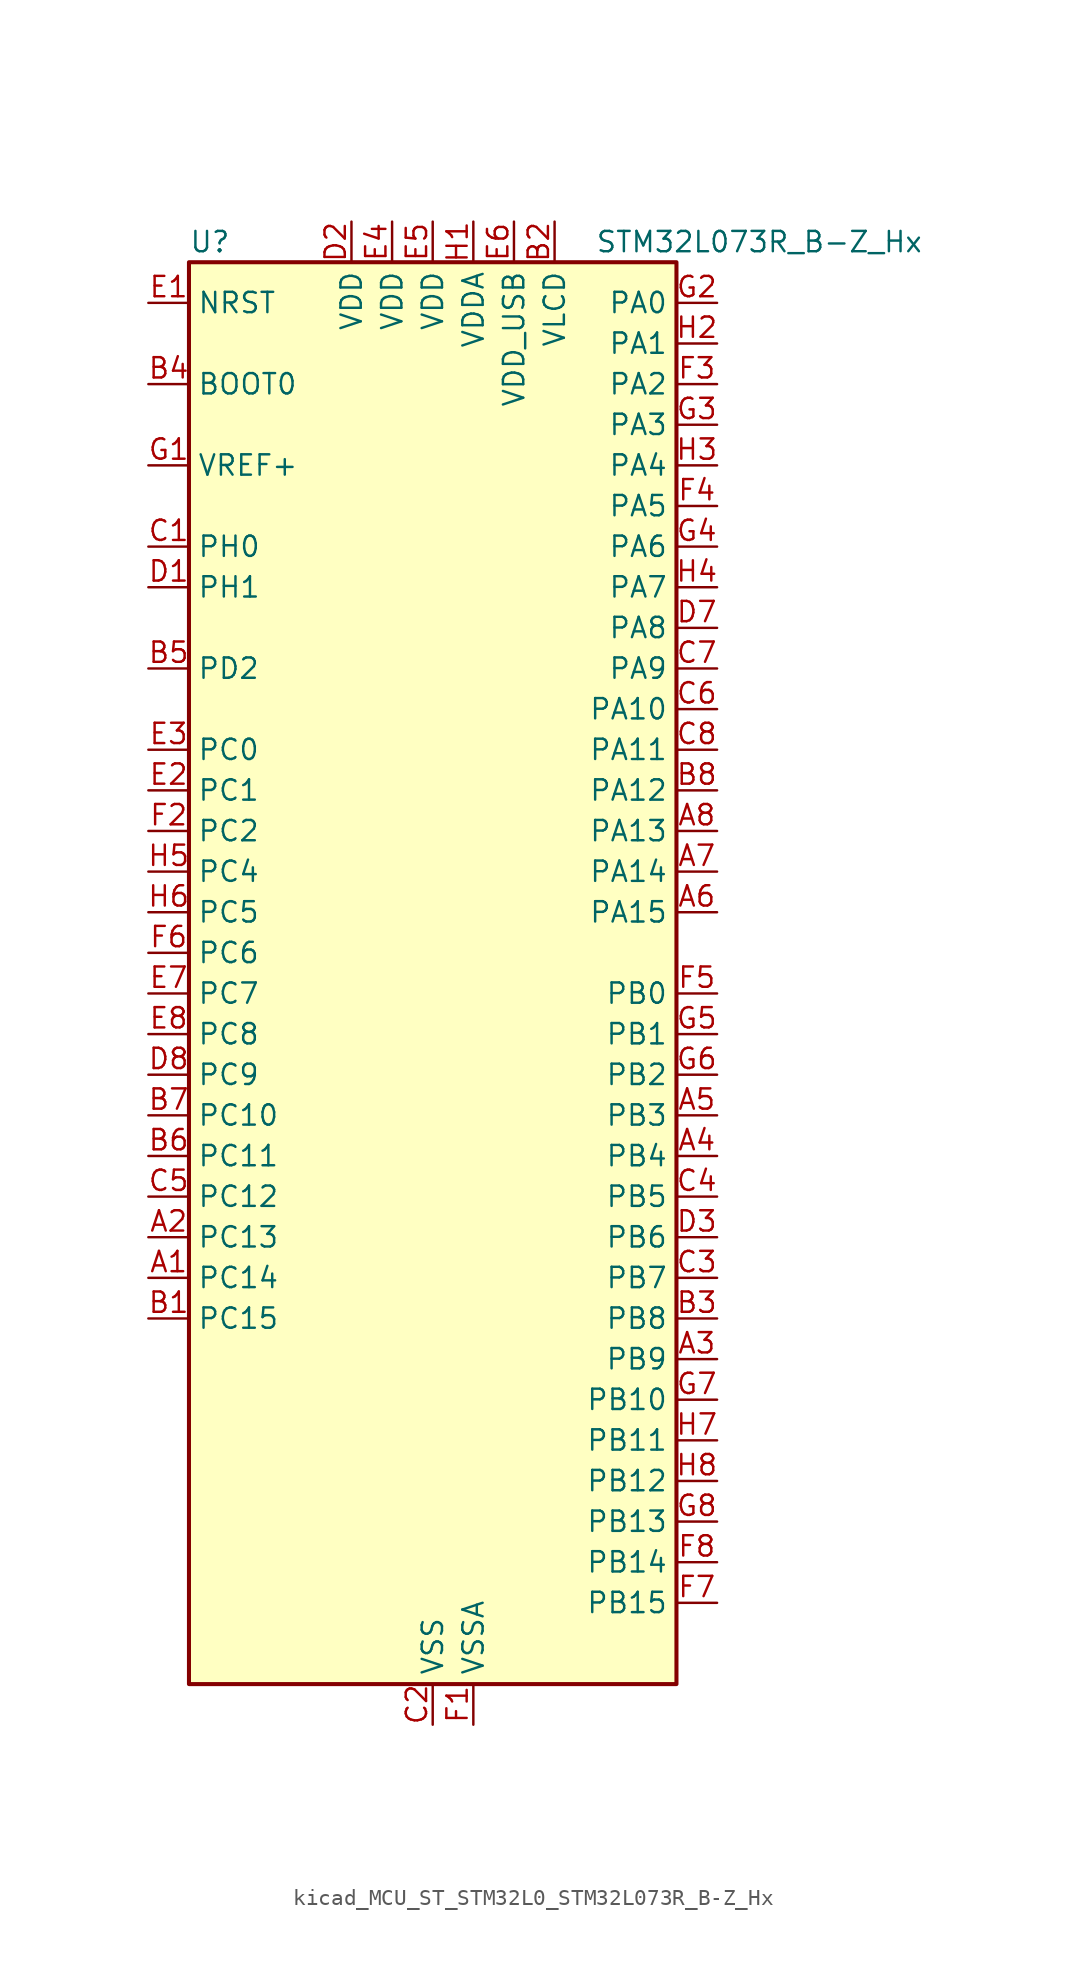
<source format=kicad_sym>
(kicad_symbol_lib
  (version 20220914)
  (generator kicad_symbol_editor)
  (symbol "kicad_MCU_ST_STM32L0_STM32L073R_B-Z_Hx"
    (property "Reference" "U"
      (at -15.24 46.99 0)
      (effects (font (size 1.27 1.27)) (justify left)))
    (property "Value" "STM32L073R_B-Z_Hx"
      (at 10.16 46.99 0)
      (effects (font (size 1.27 1.27)) (justify left)))
    (property "ki_locked" ""
      (at 0 0 0)
      (effects (font (size 1.27 1.27))))
    (symbol "kicad_MCU_ST_STM32L0_STM32L073R_B-Z_Hx_0_1"
      (rectangle (start -15.24 -43.18) (end 15.24 45.72) (stroke (width 0.254) (type default)) (fill (type background))))
    (symbol "kicad_MCU_ST_STM32L0_STM32L073R_B-Z_Hx_1_1"
      (pin bidirectional line (at -17.78 -17.78 0) (length 2.54) (name "PC14" (effects (font (size 1.27 1.27)))) (number "A1" (effects (font (size 1.27 1.27)))) (alternate "RCC_OSC32_IN" bidirectional line))
      (pin bidirectional line (at -17.78 -15.24 0) (length 2.54) (name "PC13" (effects (font (size 1.27 1.27)))) (number "A2" (effects (font (size 1.27 1.27)))) (alternate "RTC_OUT_ALARM" bidirectional line) (alternate "RTC_OUT_CALIB" bidirectional line) (alternate "RTC_TAMP1" bidirectional line) (alternate "RTC_TS" bidirectional line) (alternate "SYS_WKUP2" bidirectional line))
      (pin bidirectional line (at 17.78 -22.86 180) (length 2.54) (name "PB9" (effects (font (size 1.27 1.27)))) (number "A3" (effects (font (size 1.27 1.27)))) (alternate "DAC_EXTI9" bidirectional line) (alternate "I2C1_SDA" bidirectional line) (alternate "I2S2_WS" bidirectional line) (alternate "LCD_COM3" bidirectional line) (alternate "SPI2_NSS" bidirectional line))
      (pin bidirectional line (at 17.78 -10.16 180) (length 2.54) (name "PB4" (effects (font (size 1.27 1.27)))) (number "A4" (effects (font (size 1.27 1.27)))) (alternate "COMP2_INP" bidirectional line) (alternate "I2C3_SDA" bidirectional line) (alternate "LCD_SEG8" bidirectional line) (alternate "SPI1_MISO" bidirectional line) (alternate "TIM22_CH1" bidirectional line) (alternate "TIM3_CH1" bidirectional line) (alternate "TSC_G5_IO2" bidirectional line) (alternate "USART1_CTS" bidirectional line) (alternate "USART5_RX" bidirectional line))
      (pin bidirectional line (at 17.78 -7.62 180) (length 2.54) (name "PB3" (effects (font (size 1.27 1.27)))) (number "A5" (effects (font (size 1.27 1.27)))) (alternate "COMP2_INM" bidirectional line) (alternate "LCD_SEG7" bidirectional line) (alternate "SPI1_SCK" bidirectional line) (alternate "TIM2_CH2" bidirectional line) (alternate "TSC_G5_IO1" bidirectional line) (alternate "USART1_DE" bidirectional line) (alternate "USART1_RTS" bidirectional line) (alternate "USART5_TX" bidirectional line))
      (pin bidirectional line (at 17.78 5.08 180) (length 2.54) (name "PA15" (effects (font (size 1.27 1.27)))) (number "A6" (effects (font (size 1.27 1.27)))) (alternate "LCD_SEG17" bidirectional line) (alternate "SPI1_NSS" bidirectional line) (alternate "TIM2_CH1" bidirectional line) (alternate "TIM2_ETR" bidirectional line) (alternate "USART2_RX" bidirectional line) (alternate "USART4_DE" bidirectional line) (alternate "USART4_RTS" bidirectional line))
      (pin bidirectional line (at 17.78 7.62 180) (length 2.54) (name "PA14" (effects (font (size 1.27 1.27)))) (number "A7" (effects (font (size 1.27 1.27)))) (alternate "LPUART1_TX" bidirectional line) (alternate "SYS_SWCLK" bidirectional line) (alternate "USART2_TX" bidirectional line))
      (pin bidirectional line (at 17.78 10.16 180) (length 2.54) (name "PA13" (effects (font (size 1.27 1.27)))) (number "A8" (effects (font (size 1.27 1.27)))) (alternate "LPUART1_RX" bidirectional line) (alternate "SYS_SWDIO" bidirectional line) (alternate "USB_NOE" bidirectional line))
      (pin bidirectional line (at -17.78 -20.32 0) (length 2.54) (name "PC15" (effects (font (size 1.27 1.27)))) (number "B1" (effects (font (size 1.27 1.27)))) (alternate "RCC_OSC32_OUT" bidirectional line))
      (pin power_in line (at 7.62 48.26 270) (length 2.54) (name "VLCD" (effects (font (size 1.27 1.27)))) (number "B2" (effects (font (size 1.27 1.27)))))
      (pin bidirectional line (at 17.78 -20.32 180) (length 2.54) (name "PB8" (effects (font (size 1.27 1.27)))) (number "B3" (effects (font (size 1.27 1.27)))) (alternate "I2C1_SCL" bidirectional line) (alternate "LCD_SEG16" bidirectional line) (alternate "TSC_SYNC" bidirectional line))
      (pin input line (at -17.78 38.1 0) (length 2.54) (name "BOOT0" (effects (font (size 1.27 1.27)))) (number "B4" (effects (font (size 1.27 1.27)))))
      (pin bidirectional line (at -17.78 20.32 0) (length 2.54) (name "PD2" (effects (font (size 1.27 1.27)))) (number "B5" (effects (font (size 1.27 1.27)))) (alternate "LCD_COM7" bidirectional line) (alternate "LCD_SEG31" bidirectional line) (alternate "LPUART1_DE" bidirectional line) (alternate "LPUART1_RTS" bidirectional line) (alternate "TIM3_ETR" bidirectional line) (alternate "USART5_RX" bidirectional line))
      (pin bidirectional line (at -17.78 -10.16 0) (length 2.54) (name "PC11" (effects (font (size 1.27 1.27)))) (number "B6" (effects (font (size 1.27 1.27)))) (alternate "ADC_EXTI11" bidirectional line) (alternate "LCD_COM5" bidirectional line) (alternate "LCD_SEG29" bidirectional line) (alternate "LPUART1_RX" bidirectional line) (alternate "USART4_RX" bidirectional line))
      (pin bidirectional line (at -17.78 -7.62 0) (length 2.54) (name "PC10" (effects (font (size 1.27 1.27)))) (number "B7" (effects (font (size 1.27 1.27)))) (alternate "LCD_COM4" bidirectional line) (alternate "LCD_SEG28" bidirectional line) (alternate "LPUART1_TX" bidirectional line) (alternate "USART4_TX" bidirectional line))
      (pin bidirectional line (at 17.78 12.7 180) (length 2.54) (name "PA12" (effects (font (size 1.27 1.27)))) (number "B8" (effects (font (size 1.27 1.27)))) (alternate "COMP2_OUT" bidirectional line) (alternate "SPI1_MOSI" bidirectional line) (alternate "TSC_G4_IO4" bidirectional line) (alternate "USART1_DE" bidirectional line) (alternate "USART1_RTS" bidirectional line) (alternate "USB_DP" bidirectional line))
      (pin bidirectional line (at -17.78 27.94 0) (length 2.54) (name "PH0" (effects (font (size 1.27 1.27)))) (number "C1" (effects (font (size 1.27 1.27)))) (alternate "CRS_SYNC" bidirectional line) (alternate "RCC_OSC_IN" bidirectional line))
      (pin power_in line (at 0 -45.72 90) (length 2.54) (name "VSS" (effects (font (size 1.27 1.27)))) (number "C2" (effects (font (size 1.27 1.27)))))
      (pin bidirectional line (at 17.78 -17.78 180) (length 2.54) (name "PB7" (effects (font (size 1.27 1.27)))) (number "C3" (effects (font (size 1.27 1.27)))) (alternate "COMP2_INP" bidirectional line) (alternate "I2C1_SDA" bidirectional line) (alternate "LPTIM1_IN2" bidirectional line) (alternate "SYS_PVD_IN" bidirectional line) (alternate "TSC_G5_IO4" bidirectional line) (alternate "USART1_RX" bidirectional line) (alternate "USART4_CTS" bidirectional line))
      (pin bidirectional line (at 17.78 -12.7 180) (length 2.54) (name "PB5" (effects (font (size 1.27 1.27)))) (number "C4" (effects (font (size 1.27 1.27)))) (alternate "COMP2_INP" bidirectional line) (alternate "I2C1_SMBA" bidirectional line) (alternate "LCD_SEG9" bidirectional line) (alternate "LPTIM1_IN1" bidirectional line) (alternate "SPI1_MOSI" bidirectional line) (alternate "TIM22_CH2" bidirectional line) (alternate "TIM3_CH2" bidirectional line) (alternate "USART1_CK" bidirectional line) (alternate "USART5_CK" bidirectional line) (alternate "USART5_DE" bidirectional line) (alternate "USART5_RTS" bidirectional line))
      (pin bidirectional line (at -17.78 -12.7 0) (length 2.54) (name "PC12" (effects (font (size 1.27 1.27)))) (number "C5" (effects (font (size 1.27 1.27)))) (alternate "LCD_COM6" bidirectional line) (alternate "LCD_SEG30" bidirectional line) (alternate "USART4_CK" bidirectional line) (alternate "USART5_TX" bidirectional line))
      (pin bidirectional line (at 17.78 17.78 180) (length 2.54) (name "PA10" (effects (font (size 1.27 1.27)))) (number "C6" (effects (font (size 1.27 1.27)))) (alternate "I2C1_SDA" bidirectional line) (alternate "LCD_COM2" bidirectional line) (alternate "TSC_G4_IO2" bidirectional line) (alternate "USART1_RX" bidirectional line))
      (pin bidirectional line (at 17.78 20.32 180) (length 2.54) (name "PA9" (effects (font (size 1.27 1.27)))) (number "C7" (effects (font (size 1.27 1.27)))) (alternate "DAC_EXTI9" bidirectional line) (alternate "I2C1_SCL" bidirectional line) (alternate "I2C3_SMBA" bidirectional line) (alternate "LCD_COM1" bidirectional line) (alternate "RCC_MCO" bidirectional line) (alternate "TSC_G4_IO1" bidirectional line) (alternate "USART1_TX" bidirectional line))
      (pin bidirectional line (at 17.78 15.24 180) (length 2.54) (name "PA11" (effects (font (size 1.27 1.27)))) (number "C8" (effects (font (size 1.27 1.27)))) (alternate "ADC_EXTI11" bidirectional line) (alternate "COMP1_OUT" bidirectional line) (alternate "SPI1_MISO" bidirectional line) (alternate "TSC_G4_IO3" bidirectional line) (alternate "USART1_CTS" bidirectional line) (alternate "USB_DM" bidirectional line))
      (pin bidirectional line (at -17.78 25.4 0) (length 2.54) (name "PH1" (effects (font (size 1.27 1.27)))) (number "D1" (effects (font (size 1.27 1.27)))) (alternate "RCC_OSC_OUT" bidirectional line))
      (pin power_in line (at -5.08 48.26 270) (length 2.54) (name "VDD" (effects (font (size 1.27 1.27)))) (number "D2" (effects (font (size 1.27 1.27)))))
      (pin bidirectional line (at 17.78 -15.24 180) (length 2.54) (name "PB6" (effects (font (size 1.27 1.27)))) (number "D3" (effects (font (size 1.27 1.27)))) (alternate "COMP2_INP" bidirectional line) (alternate "I2C1_SCL" bidirectional line) (alternate "LPTIM1_ETR" bidirectional line) (alternate "TSC_G5_IO3" bidirectional line) (alternate "USART1_TX" bidirectional line))
      (pin passive line (at 0 -45.72 90) (length 2.54) hide (name "VSS" (effects (font (size 1.27 1.27)))) (number "D4" (effects (font (size 1.27 1.27)))))
      (pin passive line (at 0 -45.72 90) (length 2.54) hide (name "VSS" (effects (font (size 1.27 1.27)))) (number "D5" (effects (font (size 1.27 1.27)))))
      (pin passive line (at 0 -45.72 90) (length 2.54) hide (name "VSS" (effects (font (size 1.27 1.27)))) (number "D6" (effects (font (size 1.27 1.27)))))
      (pin bidirectional line (at 17.78 22.86 180) (length 2.54) (name "PA8" (effects (font (size 1.27 1.27)))) (number "D7" (effects (font (size 1.27 1.27)))) (alternate "CRS_SYNC" bidirectional line) (alternate "I2C3_SCL" bidirectional line) (alternate "LCD_COM0" bidirectional line) (alternate "RCC_MCO" bidirectional line) (alternate "USART1_CK" bidirectional line))
      (pin bidirectional line (at -17.78 -5.08 0) (length 2.54) (name "PC9" (effects (font (size 1.27 1.27)))) (number "D8" (effects (font (size 1.27 1.27)))) (alternate "DAC_EXTI9" bidirectional line) (alternate "I2C3_SDA" bidirectional line) (alternate "LCD_SEG27" bidirectional line) (alternate "TIM21_ETR" bidirectional line) (alternate "TIM3_CH4" bidirectional line) (alternate "TSC_G8_IO4" bidirectional line) (alternate "USB_NOE" bidirectional line))
      (pin input line (at -17.78 43.18 0) (length 2.54) (name "NRST" (effects (font (size 1.27 1.27)))) (number "E1" (effects (font (size 1.27 1.27)))))
      (pin bidirectional line (at -17.78 12.7 0) (length 2.54) (name "PC1" (effects (font (size 1.27 1.27)))) (number "E2" (effects (font (size 1.27 1.27)))) (alternate "ADC_IN11" bidirectional line) (alternate "I2C3_SDA" bidirectional line) (alternate "LCD_SEG19" bidirectional line) (alternate "LPTIM1_OUT" bidirectional line) (alternate "LPUART1_TX" bidirectional line) (alternate "TSC_G7_IO2" bidirectional line))
      (pin bidirectional line (at -17.78 15.24 0) (length 2.54) (name "PC0" (effects (font (size 1.27 1.27)))) (number "E3" (effects (font (size 1.27 1.27)))) (alternate "ADC_IN10" bidirectional line) (alternate "I2C3_SCL" bidirectional line) (alternate "LCD_SEG18" bidirectional line) (alternate "LPTIM1_IN1" bidirectional line) (alternate "LPUART1_RX" bidirectional line) (alternate "TSC_G7_IO1" bidirectional line))
      (pin power_in line (at -2.54 48.26 270) (length 2.54) (name "VDD" (effects (font (size 1.27 1.27)))) (number "E4" (effects (font (size 1.27 1.27)))))
      (pin power_in line (at 0 48.26 270) (length 2.54) (name "VDD" (effects (font (size 1.27 1.27)))) (number "E5" (effects (font (size 1.27 1.27)))))
      (pin power_in line (at 5.08 48.26 270) (length 2.54) (name "VDD_USB" (effects (font (size 1.27 1.27)))) (number "E6" (effects (font (size 1.27 1.27)))))
      (pin bidirectional line (at -17.78 0 0) (length 2.54) (name "PC7" (effects (font (size 1.27 1.27)))) (number "E7" (effects (font (size 1.27 1.27)))) (alternate "LCD_SEG25" bidirectional line) (alternate "TIM22_CH2" bidirectional line) (alternate "TIM3_CH2" bidirectional line) (alternate "TSC_G8_IO2" bidirectional line))
      (pin bidirectional line (at -17.78 -2.54 0) (length 2.54) (name "PC8" (effects (font (size 1.27 1.27)))) (number "E8" (effects (font (size 1.27 1.27)))) (alternate "LCD_SEG26" bidirectional line) (alternate "TIM22_ETR" bidirectional line) (alternate "TIM3_CH3" bidirectional line) (alternate "TSC_G8_IO3" bidirectional line))
      (pin power_in line (at 2.54 -45.72 90) (length 2.54) (name "VSSA" (effects (font (size 1.27 1.27)))) (number "F1" (effects (font (size 1.27 1.27)))))
      (pin bidirectional line (at -17.78 10.16 0) (length 2.54) (name "PC2" (effects (font (size 1.27 1.27)))) (number "F2" (effects (font (size 1.27 1.27)))) (alternate "ADC_IN12" bidirectional line) (alternate "I2S2_MCK" bidirectional line) (alternate "LCD_SEG20" bidirectional line) (alternate "LPTIM1_IN2" bidirectional line) (alternate "SPI2_MISO" bidirectional line) (alternate "TSC_G7_IO3" bidirectional line))
      (pin bidirectional line (at 17.78 38.1 180) (length 2.54) (name "PA2" (effects (font (size 1.27 1.27)))) (number "F3" (effects (font (size 1.27 1.27)))) (alternate "ADC_IN2" bidirectional line) (alternate "COMP2_INM" bidirectional line) (alternate "COMP2_OUT" bidirectional line) (alternate "LCD_SEG1" bidirectional line) (alternate "LPUART1_TX" bidirectional line) (alternate "TIM21_CH1" bidirectional line) (alternate "TIM2_CH3" bidirectional line) (alternate "TSC_G1_IO3" bidirectional line) (alternate "USART2_TX" bidirectional line))
      (pin bidirectional line (at 17.78 30.48 180) (length 2.54) (name "PA5" (effects (font (size 1.27 1.27)))) (number "F4" (effects (font (size 1.27 1.27)))) (alternate "ADC_IN5" bidirectional line) (alternate "COMP1_INM" bidirectional line) (alternate "COMP2_INM" bidirectional line) (alternate "DAC_OUT2" bidirectional line) (alternate "SPI1_SCK" bidirectional line) (alternate "TIM2_CH1" bidirectional line) (alternate "TIM2_ETR" bidirectional line) (alternate "TSC_G2_IO2" bidirectional line))
      (pin bidirectional line (at 17.78 0 180) (length 2.54) (name "PB0" (effects (font (size 1.27 1.27)))) (number "F5" (effects (font (size 1.27 1.27)))) (alternate "ADC_IN8" bidirectional line) (alternate "LCD_SEG5" bidirectional line) (alternate "LCD_VLCD3" bidirectional line) (alternate "SYS_VREF_OUT_PB0" bidirectional line) (alternate "TIM3_CH3" bidirectional line) (alternate "TSC_G3_IO2" bidirectional line))
      (pin bidirectional line (at -17.78 2.54 0) (length 2.54) (name "PC6" (effects (font (size 1.27 1.27)))) (number "F6" (effects (font (size 1.27 1.27)))) (alternate "LCD_SEG24" bidirectional line) (alternate "TIM22_CH1" bidirectional line) (alternate "TIM3_CH1" bidirectional line) (alternate "TSC_G8_IO1" bidirectional line))
      (pin bidirectional line (at 17.78 -38.1 180) (length 2.54) (name "PB15" (effects (font (size 1.27 1.27)))) (number "F7" (effects (font (size 1.27 1.27)))) (alternate "I2S2_SD" bidirectional line) (alternate "LCD_SEG15" bidirectional line) (alternate "RTC_REFIN" bidirectional line) (alternate "SPI2_MOSI" bidirectional line))
      (pin bidirectional line (at 17.78 -35.56 180) (length 2.54) (name "PB14" (effects (font (size 1.27 1.27)))) (number "F8" (effects (font (size 1.27 1.27)))) (alternate "I2C2_SDA" bidirectional line) (alternate "I2S2_MCK" bidirectional line) (alternate "LCD_SEG14" bidirectional line) (alternate "LPUART1_DE" bidirectional line) (alternate "LPUART1_RTS" bidirectional line) (alternate "RTC_OUT_ALARM" bidirectional line) (alternate "RTC_OUT_CALIB" bidirectional line) (alternate "SPI2_MISO" bidirectional line) (alternate "TIM21_CH2" bidirectional line) (alternate "TSC_G6_IO4" bidirectional line))
      (pin input line (at -17.78 33.02 0) (length 2.54) (name "VREF+" (effects (font (size 1.27 1.27)))) (number "G1" (effects (font (size 1.27 1.27)))))
      (pin bidirectional line (at 17.78 43.18 180) (length 2.54) (name "PA0" (effects (font (size 1.27 1.27)))) (number "G2" (effects (font (size 1.27 1.27)))) (alternate "ADC_IN0" bidirectional line) (alternate "COMP1_INM" bidirectional line) (alternate "COMP1_OUT" bidirectional line) (alternate "RTC_TAMP2" bidirectional line) (alternate "SYS_WKUP1" bidirectional line) (alternate "TIM2_CH1" bidirectional line) (alternate "TIM2_ETR" bidirectional line) (alternate "TSC_G1_IO1" bidirectional line) (alternate "USART2_CTS" bidirectional line) (alternate "USART4_TX" bidirectional line))
      (pin bidirectional line (at 17.78 35.56 180) (length 2.54) (name "PA3" (effects (font (size 1.27 1.27)))) (number "G3" (effects (font (size 1.27 1.27)))) (alternate "ADC_IN3" bidirectional line) (alternate "COMP2_INP" bidirectional line) (alternate "LCD_SEG2" bidirectional line) (alternate "LPUART1_RX" bidirectional line) (alternate "TIM21_CH2" bidirectional line) (alternate "TIM2_CH4" bidirectional line) (alternate "TSC_G1_IO4" bidirectional line) (alternate "USART2_RX" bidirectional line))
      (pin bidirectional line (at 17.78 27.94 180) (length 2.54) (name "PA6" (effects (font (size 1.27 1.27)))) (number "G4" (effects (font (size 1.27 1.27)))) (alternate "ADC_IN6" bidirectional line) (alternate "COMP1_OUT" bidirectional line) (alternate "LCD_SEG3" bidirectional line) (alternate "LPUART1_CTS" bidirectional line) (alternate "SPI1_MISO" bidirectional line) (alternate "TIM22_CH1" bidirectional line) (alternate "TIM3_CH1" bidirectional line) (alternate "TSC_G2_IO3" bidirectional line))
      (pin bidirectional line (at 17.78 -2.54 180) (length 2.54) (name "PB1" (effects (font (size 1.27 1.27)))) (number "G5" (effects (font (size 1.27 1.27)))) (alternate "ADC_IN9" bidirectional line) (alternate "LCD_SEG6" bidirectional line) (alternate "LPUART1_DE" bidirectional line) (alternate "LPUART1_RTS" bidirectional line) (alternate "SYS_VREF_OUT_PB1" bidirectional line) (alternate "TIM3_CH4" bidirectional line) (alternate "TSC_G3_IO3" bidirectional line))
      (pin bidirectional line (at 17.78 -5.08 180) (length 2.54) (name "PB2" (effects (font (size 1.27 1.27)))) (number "G6" (effects (font (size 1.27 1.27)))) (alternate "I2C3_SMBA" bidirectional line) (alternate "LCD_VLCD2" bidirectional line) (alternate "LPTIM1_OUT" bidirectional line) (alternate "TSC_G3_IO4" bidirectional line))
      (pin bidirectional line (at 17.78 -25.4 180) (length 2.54) (name "PB10" (effects (font (size 1.27 1.27)))) (number "G7" (effects (font (size 1.27 1.27)))) (alternate "I2C2_SCL" bidirectional line) (alternate "LCD_SEG10" bidirectional line) (alternate "LPUART1_RX" bidirectional line) (alternate "LPUART1_TX" bidirectional line) (alternate "SPI2_SCK" bidirectional line) (alternate "TIM2_CH3" bidirectional line) (alternate "TSC_SYNC" bidirectional line))
      (pin bidirectional line (at 17.78 -33.02 180) (length 2.54) (name "PB13" (effects (font (size 1.27 1.27)))) (number "G8" (effects (font (size 1.27 1.27)))) (alternate "I2C2_SCL" bidirectional line) (alternate "I2S2_CK" bidirectional line) (alternate "LCD_SEG13" bidirectional line) (alternate "LPUART1_CTS" bidirectional line) (alternate "RCC_MCO" bidirectional line) (alternate "SPI2_SCK" bidirectional line) (alternate "TIM21_CH1" bidirectional line) (alternate "TSC_G6_IO3" bidirectional line))
      (pin power_in line (at 2.54 48.26 270) (length 2.54) (name "VDDA" (effects (font (size 1.27 1.27)))) (number "H1" (effects (font (size 1.27 1.27)))))
      (pin bidirectional line (at 17.78 40.64 180) (length 2.54) (name "PA1" (effects (font (size 1.27 1.27)))) (number "H2" (effects (font (size 1.27 1.27)))) (alternate "ADC_IN1" bidirectional line) (alternate "COMP1_INP" bidirectional line) (alternate "LCD_SEG0" bidirectional line) (alternate "TIM21_ETR" bidirectional line) (alternate "TIM2_CH2" bidirectional line) (alternate "TSC_G1_IO2" bidirectional line) (alternate "USART2_DE" bidirectional line) (alternate "USART2_RTS" bidirectional line) (alternate "USART4_RX" bidirectional line))
      (pin bidirectional line (at 17.78 33.02 180) (length 2.54) (name "PA4" (effects (font (size 1.27 1.27)))) (number "H3" (effects (font (size 1.27 1.27)))) (alternate "ADC_IN4" bidirectional line) (alternate "COMP1_INM" bidirectional line) (alternate "COMP2_INM" bidirectional line) (alternate "DAC_OUT1" bidirectional line) (alternate "SPI1_NSS" bidirectional line) (alternate "TIM22_ETR" bidirectional line) (alternate "TSC_G2_IO1" bidirectional line) (alternate "USART2_CK" bidirectional line))
      (pin bidirectional line (at 17.78 25.4 180) (length 2.54) (name "PA7" (effects (font (size 1.27 1.27)))) (number "H4" (effects (font (size 1.27 1.27)))) (alternate "ADC_IN7" bidirectional line) (alternate "COMP2_OUT" bidirectional line) (alternate "LCD_SEG4" bidirectional line) (alternate "SPI1_MOSI" bidirectional line) (alternate "TIM22_CH2" bidirectional line) (alternate "TIM3_CH2" bidirectional line) (alternate "TSC_G2_IO4" bidirectional line))
      (pin bidirectional line (at -17.78 7.62 0) (length 2.54) (name "PC4" (effects (font (size 1.27 1.27)))) (number "H5" (effects (font (size 1.27 1.27)))) (alternate "ADC_IN14" bidirectional line) (alternate "LCD_SEG22" bidirectional line) (alternate "LPUART1_TX" bidirectional line))
      (pin bidirectional line (at -17.78 5.08 0) (length 2.54) (name "PC5" (effects (font (size 1.27 1.27)))) (number "H6" (effects (font (size 1.27 1.27)))) (alternate "ADC_IN15" bidirectional line) (alternate "LCD_SEG23" bidirectional line) (alternate "LPUART1_RX" bidirectional line) (alternate "TSC_G3_IO1" bidirectional line))
      (pin bidirectional line (at 17.78 -27.94 180) (length 2.54) (name "PB11" (effects (font (size 1.27 1.27)))) (number "H7" (effects (font (size 1.27 1.27)))) (alternate "ADC_EXTI11" bidirectional line) (alternate "I2C2_SDA" bidirectional line) (alternate "LCD_SEG11" bidirectional line) (alternate "LPUART1_RX" bidirectional line) (alternate "LPUART1_TX" bidirectional line) (alternate "TIM2_CH4" bidirectional line) (alternate "TSC_G6_IO1" bidirectional line))
      (pin bidirectional line (at 17.78 -30.48 180) (length 2.54) (name "PB12" (effects (font (size 1.27 1.27)))) (number "H8" (effects (font (size 1.27 1.27)))) (alternate "I2S2_WS" bidirectional line) (alternate "LCD_SEG12" bidirectional line) (alternate "LCD_VLCD2" bidirectional line) (alternate "LPUART1_DE" bidirectional line) (alternate "LPUART1_RTS" bidirectional line) (alternate "SPI2_NSS" bidirectional line) (alternate "TSC_G6_IO2" bidirectional line)))))
</source>
